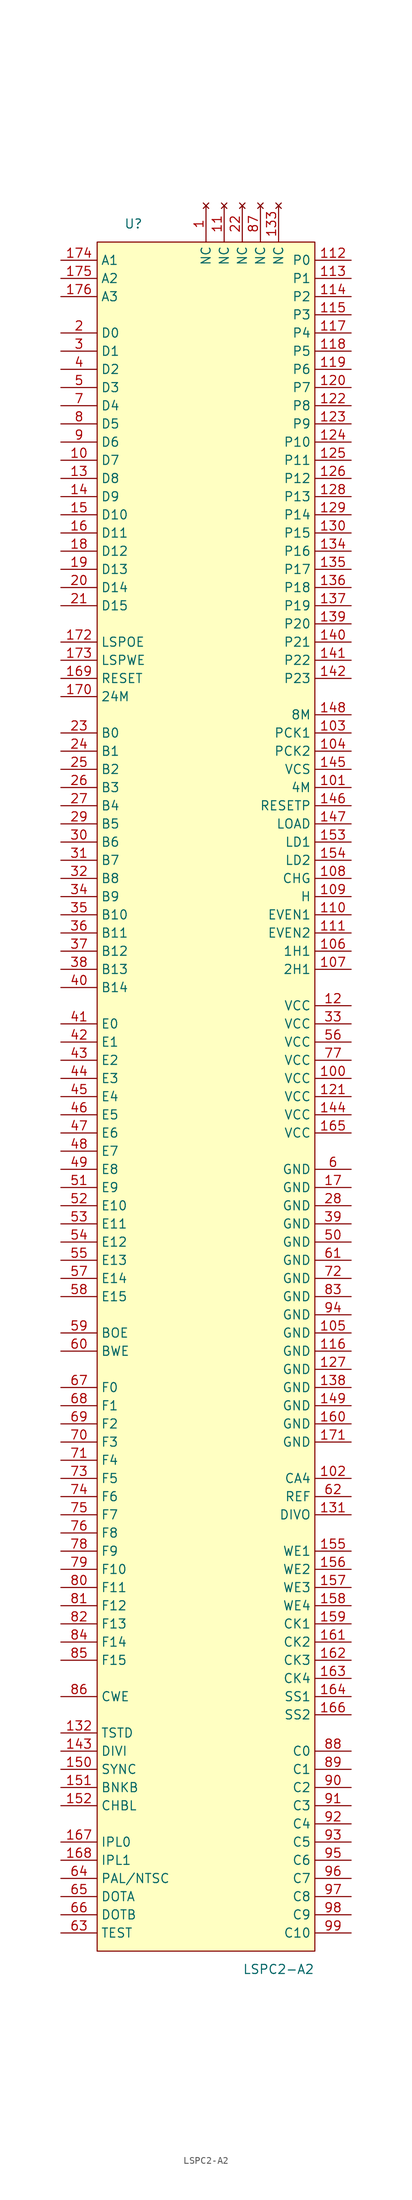
<source format=kicad_sym>
(kicad_symbol_lib
  (version 20220914)
  (generator kicad_symbol_editor)
  (symbol "LSPC2-A2"
    (property "Reference" "U"
      (at -10.16 121.92 0)
      (effects (font (size 1.27 1.27))))
    (property "Value" "LSPC2-A2"
      (at 10.16 -121.92 0)
      (effects (font (size 1.27 1.27))))
    (symbol "LSPC2-A2_0_0"
      (pin no_connect line (at 0 124.46 270) (length 5.08) (name "NC" (effects (font (size 1.27 1.27)))) (number "1" (effects (font (size 1.27 1.27)))))
      (pin bidirectional line (at -20.32 88.9 0) (length 5.08) (name "D7" (effects (font (size 1.27 1.27)))) (number "10" (effects (font (size 1.27 1.27)))))
      (pin power_in line (at 20.32 2.54 180) (length 5.08) (name "VCC" (effects (font (size 1.27 1.27)))) (number "100" (effects (font (size 1.27 1.27)))))
      (pin output line (at 20.32 43.18 180) (length 5.08) (name "4M" (effects (font (size 1.27 1.27)))) (number "101" (effects (font (size 1.27 1.27)))))
      (pin output line (at 20.32 -53.34 180) (length 5.08) (name "CA4" (effects (font (size 1.27 1.27)))) (number "102" (effects (font (size 1.27 1.27)))))
      (pin output line (at 20.32 50.8 180) (length 5.08) (name "PCK1" (effects (font (size 1.27 1.27)))) (number "103" (effects (font (size 1.27 1.27)))))
      (pin output line (at 20.32 48.26 180) (length 5.08) (name "PCK2" (effects (font (size 1.27 1.27)))) (number "104" (effects (font (size 1.27 1.27)))))
      (pin power_in line (at 20.32 -33.02 180) (length 5.08) (name "GND" (effects (font (size 1.27 1.27)))) (number "105" (effects (font (size 1.27 1.27)))))
      (pin output line (at 20.32 20.32 180) (length 5.08) (name "1H1" (effects (font (size 1.27 1.27)))) (number "106" (effects (font (size 1.27 1.27)))))
      (pin output line (at 20.32 17.78 180) (length 5.08) (name "2H1" (effects (font (size 1.27 1.27)))) (number "107" (effects (font (size 1.27 1.27)))))
      (pin output line (at 20.32 30.48 180) (length 5.08) (name "CHG" (effects (font (size 1.27 1.27)))) (number "108" (effects (font (size 1.27 1.27)))))
      (pin output line (at 20.32 27.94 180) (length 5.08) (name "H" (effects (font (size 1.27 1.27)))) (number "109" (effects (font (size 1.27 1.27)))))
      (pin no_connect line (at 2.54 124.46 270) (length 5.08) (name "NC" (effects (font (size 1.27 1.27)))) (number "11" (effects (font (size 1.27 1.27)))))
      (pin output line (at 20.32 25.4 180) (length 5.08) (name "EVEN1" (effects (font (size 1.27 1.27)))) (number "110" (effects (font (size 1.27 1.27)))))
      (pin output line (at 20.32 22.86 180) (length 5.08) (name "EVEN2" (effects (font (size 1.27 1.27)))) (number "111" (effects (font (size 1.27 1.27)))))
      (pin output line (at 20.32 116.84 180) (length 5.08) (name "P0" (effects (font (size 1.27 1.27)))) (number "112" (effects (font (size 1.27 1.27)))))
      (pin output line (at 20.32 114.3 180) (length 5.08) (name "P1" (effects (font (size 1.27 1.27)))) (number "113" (effects (font (size 1.27 1.27)))))
      (pin output line (at 20.32 111.76 180) (length 5.08) (name "P2" (effects (font (size 1.27 1.27)))) (number "114" (effects (font (size 1.27 1.27)))))
      (pin output line (at 20.32 109.22 180) (length 5.08) (name "P3" (effects (font (size 1.27 1.27)))) (number "115" (effects (font (size 1.27 1.27)))))
      (pin power_in line (at 20.32 -35.56 180) (length 5.08) (name "GND" (effects (font (size 1.27 1.27)))) (number "116" (effects (font (size 1.27 1.27)))))
      (pin output line (at 20.32 106.68 180) (length 5.08) (name "P4" (effects (font (size 1.27 1.27)))) (number "117" (effects (font (size 1.27 1.27)))))
      (pin output line (at 20.32 104.14 180) (length 5.08) (name "P5" (effects (font (size 1.27 1.27)))) (number "118" (effects (font (size 1.27 1.27)))))
      (pin output line (at 20.32 101.6 180) (length 5.08) (name "P6" (effects (font (size 1.27 1.27)))) (number "119" (effects (font (size 1.27 1.27)))))
      (pin power_in line (at 20.32 12.7 180) (length 5.08) (name "VCC" (effects (font (size 1.27 1.27)))) (number "12" (effects (font (size 1.27 1.27)))))
      (pin output line (at 20.32 99.06 180) (length 5.08) (name "P7" (effects (font (size 1.27 1.27)))) (number "120" (effects (font (size 1.27 1.27)))))
      (pin power_in line (at 20.32 0 180) (length 5.08) (name "VCC" (effects (font (size 1.27 1.27)))) (number "121" (effects (font (size 1.27 1.27)))))
      (pin output line (at 20.32 96.52 180) (length 5.08) (name "P8" (effects (font (size 1.27 1.27)))) (number "122" (effects (font (size 1.27 1.27)))))
      (pin output line (at 20.32 93.98 180) (length 5.08) (name "P9" (effects (font (size 1.27 1.27)))) (number "123" (effects (font (size 1.27 1.27)))))
      (pin output line (at 20.32 91.44 180) (length 5.08) (name "P10" (effects (font (size 1.27 1.27)))) (number "124" (effects (font (size 1.27 1.27)))))
      (pin output line (at 20.32 88.9 180) (length 5.08) (name "P11" (effects (font (size 1.27 1.27)))) (number "125" (effects (font (size 1.27 1.27)))))
      (pin output line (at 20.32 86.36 180) (length 5.08) (name "P12" (effects (font (size 1.27 1.27)))) (number "126" (effects (font (size 1.27 1.27)))))
      (pin power_in line (at 20.32 -38.1 180) (length 5.08) (name "GND" (effects (font (size 1.27 1.27)))) (number "127" (effects (font (size 1.27 1.27)))))
      (pin output line (at 20.32 83.82 180) (length 5.08) (name "P13" (effects (font (size 1.27 1.27)))) (number "128" (effects (font (size 1.27 1.27)))))
      (pin output line (at 20.32 81.28 180) (length 5.08) (name "P14" (effects (font (size 1.27 1.27)))) (number "129" (effects (font (size 1.27 1.27)))))
      (pin bidirectional line (at -20.32 86.36 0) (length 5.08) (name "D8" (effects (font (size 1.27 1.27)))) (number "13" (effects (font (size 1.27 1.27)))))
      (pin output line (at 20.32 78.74 180) (length 5.08) (name "P15" (effects (font (size 1.27 1.27)))) (number "130" (effects (font (size 1.27 1.27)))))
      (pin output line (at 20.32 -58.42 180) (length 5.08) (name "DIVO" (effects (font (size 1.27 1.27)))) (number "131" (effects (font (size 1.27 1.27)))))
      (pin input line (at -20.32 -88.9 0) (length 5.08) (name "TSTD" (effects (font (size 1.27 1.27)))) (number "132" (effects (font (size 1.27 1.27)))))
      (pin no_connect line (at 10.16 124.46 270) (length 5.08) (name "NC" (effects (font (size 1.27 1.27)))) (number "133" (effects (font (size 1.27 1.27)))))
      (pin output line (at 20.32 76.2 180) (length 5.08) (name "P16" (effects (font (size 1.27 1.27)))) (number "134" (effects (font (size 1.27 1.27)))))
      (pin output line (at 20.32 73.66 180) (length 5.08) (name "P17" (effects (font (size 1.27 1.27)))) (number "135" (effects (font (size 1.27 1.27)))))
      (pin output line (at 20.32 71.12 180) (length 5.08) (name "P18" (effects (font (size 1.27 1.27)))) (number "136" (effects (font (size 1.27 1.27)))))
      (pin output line (at 20.32 68.58 180) (length 5.08) (name "P19" (effects (font (size 1.27 1.27)))) (number "137" (effects (font (size 1.27 1.27)))))
      (pin power_in line (at 20.32 -40.64 180) (length 5.08) (name "GND" (effects (font (size 1.27 1.27)))) (number "138" (effects (font (size 1.27 1.27)))))
      (pin output line (at 20.32 66.04 180) (length 5.08) (name "P20" (effects (font (size 1.27 1.27)))) (number "139" (effects (font (size 1.27 1.27)))))
      (pin bidirectional line (at -20.32 83.82 0) (length 5.08) (name "D9" (effects (font (size 1.27 1.27)))) (number "14" (effects (font (size 1.27 1.27)))))
      (pin output line (at 20.32 63.5 180) (length 5.08) (name "P21" (effects (font (size 1.27 1.27)))) (number "140" (effects (font (size 1.27 1.27)))))
      (pin output line (at 20.32 60.96 180) (length 5.08) (name "P22" (effects (font (size 1.27 1.27)))) (number "141" (effects (font (size 1.27 1.27)))))
      (pin output line (at 20.32 58.42 180) (length 5.08) (name "P23" (effects (font (size 1.27 1.27)))) (number "142" (effects (font (size 1.27 1.27)))))
      (pin input line (at -20.32 -91.44 0) (length 5.08) (name "DIVI" (effects (font (size 1.27 1.27)))) (number "143" (effects (font (size 1.27 1.27)))))
      (pin power_in line (at 20.32 -2.54 180) (length 5.08) (name "VCC" (effects (font (size 1.27 1.27)))) (number "144" (effects (font (size 1.27 1.27)))))
      (pin output line (at 20.32 45.72 180) (length 5.08) (name "VCS" (effects (font (size 1.27 1.27)))) (number "145" (effects (font (size 1.27 1.27)))))
      (pin output line (at 20.32 40.64 180) (length 5.08) (name "RESETP" (effects (font (size 1.27 1.27)))) (number "146" (effects (font (size 1.27 1.27)))))
      (pin output line (at 20.32 38.1 180) (length 5.08) (name "LOAD" (effects (font (size 1.27 1.27)))) (number "147" (effects (font (size 1.27 1.27)))))
      (pin output line (at 20.32 53.34 180) (length 5.08) (name "8M" (effects (font (size 1.27 1.27)))) (number "148" (effects (font (size 1.27 1.27)))))
      (pin power_in line (at 20.32 -43.18 180) (length 5.08) (name "GND" (effects (font (size 1.27 1.27)))) (number "149" (effects (font (size 1.27 1.27)))))
      (pin bidirectional line (at -20.32 81.28 0) (length 5.08) (name "D10" (effects (font (size 1.27 1.27)))) (number "15" (effects (font (size 1.27 1.27)))))
      (pin output line (at -20.32 -93.98 0) (length 5.08) (name "SYNC" (effects (font (size 1.27 1.27)))) (number "150" (effects (font (size 1.27 1.27)))))
      (pin output line (at -20.32 -96.52 0) (length 5.08) (name "BNKB" (effects (font (size 1.27 1.27)))) (number "151" (effects (font (size 1.27 1.27)))))
      (pin output line (at -20.32 -99.06 0) (length 5.08) (name "CHBL" (effects (font (size 1.27 1.27)))) (number "152" (effects (font (size 1.27 1.27)))))
      (pin output line (at 20.32 35.56 180) (length 5.08) (name "LD1" (effects (font (size 1.27 1.27)))) (number "153" (effects (font (size 1.27 1.27)))))
      (pin output line (at 20.32 33.02 180) (length 5.08) (name "LD2" (effects (font (size 1.27 1.27)))) (number "154" (effects (font (size 1.27 1.27)))))
      (pin output line (at 20.32 -63.5 180) (length 5.08) (name "WE1" (effects (font (size 1.27 1.27)))) (number "155" (effects (font (size 1.27 1.27)))))
      (pin output line (at 20.32 -66.04 180) (length 5.08) (name "WE2" (effects (font (size 1.27 1.27)))) (number "156" (effects (font (size 1.27 1.27)))))
      (pin output line (at 20.32 -68.58 180) (length 5.08) (name "WE3" (effects (font (size 1.27 1.27)))) (number "157" (effects (font (size 1.27 1.27)))))
      (pin output line (at 20.32 -71.12 180) (length 5.08) (name "WE4" (effects (font (size 1.27 1.27)))) (number "158" (effects (font (size 1.27 1.27)))))
      (pin output line (at 20.32 -73.66 180) (length 5.08) (name "CK1" (effects (font (size 1.27 1.27)))) (number "159" (effects (font (size 1.27 1.27)))))
      (pin bidirectional line (at -20.32 78.74 0) (length 5.08) (name "D11" (effects (font (size 1.27 1.27)))) (number "16" (effects (font (size 1.27 1.27)))))
      (pin power_in line (at 20.32 -45.72 180) (length 5.08) (name "GND" (effects (font (size 1.27 1.27)))) (number "160" (effects (font (size 1.27 1.27)))))
      (pin output line (at 20.32 -76.2 180) (length 5.08) (name "CK2" (effects (font (size 1.27 1.27)))) (number "161" (effects (font (size 1.27 1.27)))))
      (pin output line (at 20.32 -78.74 180) (length 5.08) (name "CK3" (effects (font (size 1.27 1.27)))) (number "162" (effects (font (size 1.27 1.27)))))
      (pin output line (at 20.32 -81.28 180) (length 5.08) (name "CK4" (effects (font (size 1.27 1.27)))) (number "163" (effects (font (size 1.27 1.27)))))
      (pin output line (at 20.32 -83.82 180) (length 5.08) (name "SS1" (effects (font (size 1.27 1.27)))) (number "164" (effects (font (size 1.27 1.27)))))
      (pin power_in line (at 20.32 -5.08 180) (length 5.08) (name "VCC" (effects (font (size 1.27 1.27)))) (number "165" (effects (font (size 1.27 1.27)))))
      (pin output line (at 20.32 -86.36 180) (length 5.08) (name "SS2" (effects (font (size 1.27 1.27)))) (number "166" (effects (font (size 1.27 1.27)))))
      (pin output line (at -20.32 -104.14 0) (length 5.08) (name "IPL0" (effects (font (size 1.27 1.27)))) (number "167" (effects (font (size 1.27 1.27)))))
      (pin output line (at -20.32 -106.68 0) (length 5.08) (name "IPL1" (effects (font (size 1.27 1.27)))) (number "168" (effects (font (size 1.27 1.27)))))
      (pin input line (at -20.32 58.42 0) (length 5.08) (name "RESET" (effects (font (size 1.27 1.27)))) (number "169" (effects (font (size 1.27 1.27)))))
      (pin power_in line (at 20.32 -12.7 180) (length 5.08) (name "GND" (effects (font (size 1.27 1.27)))) (number "17" (effects (font (size 1.27 1.27)))))
      (pin input line (at -20.32 55.88 0) (length 5.08) (name "24M" (effects (font (size 1.27 1.27)))) (number "170" (effects (font (size 1.27 1.27)))))
      (pin power_in line (at 20.32 -48.26 180) (length 5.08) (name "GND" (effects (font (size 1.27 1.27)))) (number "171" (effects (font (size 1.27 1.27)))))
      (pin input line (at -20.32 63.5 0) (length 5.08) (name "LSPOE" (effects (font (size 1.27 1.27)))) (number "172" (effects (font (size 1.27 1.27)))))
      (pin input line (at -20.32 60.96 0) (length 5.08) (name "LSPWE" (effects (font (size 1.27 1.27)))) (number "173" (effects (font (size 1.27 1.27)))))
      (pin input line (at -20.32 116.84 0) (length 5.08) (name "A1" (effects (font (size 1.27 1.27)))) (number "174" (effects (font (size 1.27 1.27)))))
      (pin input line (at -20.32 114.3 0) (length 5.08) (name "A2" (effects (font (size 1.27 1.27)))) (number "175" (effects (font (size 1.27 1.27)))))
      (pin input line (at -20.32 111.76 0) (length 5.08) (name "A3" (effects (font (size 1.27 1.27)))) (number "176" (effects (font (size 1.27 1.27)))))
      (pin bidirectional line (at -20.32 76.2 0) (length 5.08) (name "D12" (effects (font (size 1.27 1.27)))) (number "18" (effects (font (size 1.27 1.27)))))
      (pin bidirectional line (at -20.32 73.66 0) (length 5.08) (name "D13" (effects (font (size 1.27 1.27)))) (number "19" (effects (font (size 1.27 1.27)))))
      (pin bidirectional line (at -20.32 106.68 0) (length 5.08) (name "D0" (effects (font (size 1.27 1.27)))) (number "2" (effects (font (size 1.27 1.27)))))
      (pin bidirectional line (at -20.32 71.12 0) (length 5.08) (name "D14" (effects (font (size 1.27 1.27)))) (number "20" (effects (font (size 1.27 1.27)))))
      (pin bidirectional line (at -20.32 68.58 0) (length 5.08) (name "D15" (effects (font (size 1.27 1.27)))) (number "21" (effects (font (size 1.27 1.27)))))
      (pin no_connect line (at 5.08 124.46 270) (length 5.08) (name "NC" (effects (font (size 1.27 1.27)))) (number "22" (effects (font (size 1.27 1.27)))))
      (pin output line (at -20.32 50.8 0) (length 5.08) (name "B0" (effects (font (size 1.27 1.27)))) (number "23" (effects (font (size 1.27 1.27)))))
      (pin output line (at -20.32 48.26 0) (length 5.08) (name "B1" (effects (font (size 1.27 1.27)))) (number "24" (effects (font (size 1.27 1.27)))))
      (pin output line (at -20.32 45.72 0) (length 5.08) (name "B2" (effects (font (size 1.27 1.27)))) (number "25" (effects (font (size 1.27 1.27)))))
      (pin output line (at -20.32 43.18 0) (length 5.08) (name "B3" (effects (font (size 1.27 1.27)))) (number "26" (effects (font (size 1.27 1.27)))))
      (pin output line (at -20.32 40.64 0) (length 5.08) (name "B4" (effects (font (size 1.27 1.27)))) (number "27" (effects (font (size 1.27 1.27)))))
      (pin power_in line (at 20.32 -15.24 180) (length 5.08) (name "GND" (effects (font (size 1.27 1.27)))) (number "28" (effects (font (size 1.27 1.27)))))
      (pin output line (at -20.32 38.1 0) (length 5.08) (name "B5" (effects (font (size 1.27 1.27)))) (number "29" (effects (font (size 1.27 1.27)))))
      (pin bidirectional line (at -20.32 104.14 0) (length 5.08) (name "D1" (effects (font (size 1.27 1.27)))) (number "3" (effects (font (size 1.27 1.27)))))
      (pin output line (at -20.32 35.56 0) (length 5.08) (name "B6" (effects (font (size 1.27 1.27)))) (number "30" (effects (font (size 1.27 1.27)))))
      (pin output line (at -20.32 33.02 0) (length 5.08) (name "B7" (effects (font (size 1.27 1.27)))) (number "31" (effects (font (size 1.27 1.27)))))
      (pin output line (at -20.32 30.48 0) (length 5.08) (name "B8" (effects (font (size 1.27 1.27)))) (number "32" (effects (font (size 1.27 1.27)))))
      (pin power_in line (at 20.32 10.16 180) (length 5.08) (name "VCC" (effects (font (size 1.27 1.27)))) (number "33" (effects (font (size 1.27 1.27)))))
      (pin output line (at -20.32 27.94 0) (length 5.08) (name "B9" (effects (font (size 1.27 1.27)))) (number "34" (effects (font (size 1.27 1.27)))))
      (pin output line (at -20.32 25.4 0) (length 5.08) (name "B10" (effects (font (size 1.27 1.27)))) (number "35" (effects (font (size 1.27 1.27)))))
      (pin output line (at -20.32 22.86 0) (length 5.08) (name "B11" (effects (font (size 1.27 1.27)))) (number "36" (effects (font (size 1.27 1.27)))))
      (pin output line (at -20.32 20.32 0) (length 5.08) (name "B12" (effects (font (size 1.27 1.27)))) (number "37" (effects (font (size 1.27 1.27)))))
      (pin output line (at -20.32 17.78 0) (length 5.08) (name "B13" (effects (font (size 1.27 1.27)))) (number "38" (effects (font (size 1.27 1.27)))))
      (pin power_in line (at 20.32 -17.78 180) (length 5.08) (name "GND" (effects (font (size 1.27 1.27)))) (number "39" (effects (font (size 1.27 1.27)))))
      (pin bidirectional line (at -20.32 101.6 0) (length 5.08) (name "D2" (effects (font (size 1.27 1.27)))) (number "4" (effects (font (size 1.27 1.27)))))
      (pin output line (at -20.32 15.24 0) (length 5.08) (name "B14" (effects (font (size 1.27 1.27)))) (number "40" (effects (font (size 1.27 1.27)))))
      (pin bidirectional line (at -20.32 10.16 0) (length 5.08) (name "E0" (effects (font (size 1.27 1.27)))) (number "41" (effects (font (size 1.27 1.27)))))
      (pin bidirectional line (at -20.32 7.62 0) (length 5.08) (name "E1" (effects (font (size 1.27 1.27)))) (number "42" (effects (font (size 1.27 1.27)))))
      (pin bidirectional line (at -20.32 5.08 0) (length 5.08) (name "E2" (effects (font (size 1.27 1.27)))) (number "43" (effects (font (size 1.27 1.27)))))
      (pin bidirectional line (at -20.32 2.54 0) (length 5.08) (name "E3" (effects (font (size 1.27 1.27)))) (number "44" (effects (font (size 1.27 1.27)))))
      (pin bidirectional line (at -20.32 0 0) (length 5.08) (name "E4" (effects (font (size 1.27 1.27)))) (number "45" (effects (font (size 1.27 1.27)))))
      (pin bidirectional line (at -20.32 -2.54 0) (length 5.08) (name "E5" (effects (font (size 1.27 1.27)))) (number "46" (effects (font (size 1.27 1.27)))))
      (pin bidirectional line (at -20.32 -5.08 0) (length 5.08) (name "E6" (effects (font (size 1.27 1.27)))) (number "47" (effects (font (size 1.27 1.27)))))
      (pin bidirectional line (at -20.32 -7.62 0) (length 5.08) (name "E7" (effects (font (size 1.27 1.27)))) (number "48" (effects (font (size 1.27 1.27)))))
      (pin bidirectional line (at -20.32 -10.16 0) (length 5.08) (name "E8" (effects (font (size 1.27 1.27)))) (number "49" (effects (font (size 1.27 1.27)))))
      (pin bidirectional line (at -20.32 99.06 0) (length 5.08) (name "D3" (effects (font (size 1.27 1.27)))) (number "5" (effects (font (size 1.27 1.27)))))
      (pin power_in line (at 20.32 -20.32 180) (length 5.08) (name "GND" (effects (font (size 1.27 1.27)))) (number "50" (effects (font (size 1.27 1.27)))))
      (pin bidirectional line (at -20.32 -12.7 0) (length 5.08) (name "E9" (effects (font (size 1.27 1.27)))) (number "51" (effects (font (size 1.27 1.27)))))
      (pin bidirectional line (at -20.32 -15.24 0) (length 5.08) (name "E10" (effects (font (size 1.27 1.27)))) (number "52" (effects (font (size 1.27 1.27)))))
      (pin bidirectional line (at -20.32 -17.78 0) (length 5.08) (name "E11" (effects (font (size 1.27 1.27)))) (number "53" (effects (font (size 1.27 1.27)))))
      (pin bidirectional line (at -20.32 -20.32 0) (length 5.08) (name "E12" (effects (font (size 1.27 1.27)))) (number "54" (effects (font (size 1.27 1.27)))))
      (pin bidirectional line (at -20.32 -22.86 0) (length 5.08) (name "E13" (effects (font (size 1.27 1.27)))) (number "55" (effects (font (size 1.27 1.27)))))
      (pin power_in line (at 20.32 7.62 180) (length 5.08) (name "VCC" (effects (font (size 1.27 1.27)))) (number "56" (effects (font (size 1.27 1.27)))))
      (pin bidirectional line (at -20.32 -25.4 0) (length 5.08) (name "E14" (effects (font (size 1.27 1.27)))) (number "57" (effects (font (size 1.27 1.27)))))
      (pin bidirectional line (at -20.32 -27.94 0) (length 5.08) (name "E15" (effects (font (size 1.27 1.27)))) (number "58" (effects (font (size 1.27 1.27)))))
      (pin output line (at -20.32 -33.02 0) (length 5.08) (name "BOE" (effects (font (size 1.27 1.27)))) (number "59" (effects (font (size 1.27 1.27)))))
      (pin power_in line (at 20.32 -10.16 180) (length 5.08) (name "GND" (effects (font (size 1.27 1.27)))) (number "6" (effects (font (size 1.27 1.27)))))
      (pin output line (at -20.32 -35.56 0) (length 5.08) (name "BWE" (effects (font (size 1.27 1.27)))) (number "60" (effects (font (size 1.27 1.27)))))
      (pin power_in line (at 20.32 -22.86 180) (length 5.08) (name "GND" (effects (font (size 1.27 1.27)))) (number "61" (effects (font (size 1.27 1.27)))))
      (pin output line (at 20.32 -55.88 180) (length 5.08) (name "REF" (effects (font (size 1.27 1.27)))) (number "62" (effects (font (size 1.27 1.27)))))
      (pin input line (at -20.32 -116.84 0) (length 5.08) (name "TEST" (effects (font (size 1.27 1.27)))) (number "63" (effects (font (size 1.27 1.27)))))
      (pin input line (at -20.32 -109.22 0) (length 5.08) (name "PAL/NTSC" (effects (font (size 1.27 1.27)))) (number "64" (effects (font (size 1.27 1.27)))))
      (pin input line (at -20.32 -111.76 0) (length 5.08) (name "DOTA" (effects (font (size 1.27 1.27)))) (number "65" (effects (font (size 1.27 1.27)))))
      (pin input line (at -20.32 -114.3 0) (length 5.08) (name "DOTB" (effects (font (size 1.27 1.27)))) (number "66" (effects (font (size 1.27 1.27)))))
      (pin bidirectional line (at -20.32 -40.64 0) (length 5.08) (name "F0" (effects (font (size 1.27 1.27)))) (number "67" (effects (font (size 1.27 1.27)))))
      (pin bidirectional line (at -20.32 -43.18 0) (length 5.08) (name "F1" (effects (font (size 1.27 1.27)))) (number "68" (effects (font (size 1.27 1.27)))))
      (pin bidirectional line (at -20.32 -45.72 0) (length 5.08) (name "F2" (effects (font (size 1.27 1.27)))) (number "69" (effects (font (size 1.27 1.27)))))
      (pin bidirectional line (at -20.32 96.52 0) (length 5.08) (name "D4" (effects (font (size 1.27 1.27)))) (number "7" (effects (font (size 1.27 1.27)))))
      (pin bidirectional line (at -20.32 -48.26 0) (length 5.08) (name "F3" (effects (font (size 1.27 1.27)))) (number "70" (effects (font (size 1.27 1.27)))))
      (pin bidirectional line (at -20.32 -50.8 0) (length 5.08) (name "F4" (effects (font (size 1.27 1.27)))) (number "71" (effects (font (size 1.27 1.27)))))
      (pin power_in line (at 20.32 -25.4 180) (length 5.08) (name "GND" (effects (font (size 1.27 1.27)))) (number "72" (effects (font (size 1.27 1.27)))))
      (pin bidirectional line (at -20.32 -53.34 0) (length 5.08) (name "F5" (effects (font (size 1.27 1.27)))) (number "73" (effects (font (size 1.27 1.27)))))
      (pin bidirectional line (at -20.32 -55.88 0) (length 5.08) (name "F6" (effects (font (size 1.27 1.27)))) (number "74" (effects (font (size 1.27 1.27)))))
      (pin bidirectional line (at -20.32 -58.42 0) (length 5.08) (name "F7" (effects (font (size 1.27 1.27)))) (number "75" (effects (font (size 1.27 1.27)))))
      (pin bidirectional line (at -20.32 -60.96 0) (length 5.08) (name "F8" (effects (font (size 1.27 1.27)))) (number "76" (effects (font (size 1.27 1.27)))))
      (pin power_in line (at 20.32 5.08 180) (length 5.08) (name "VCC" (effects (font (size 1.27 1.27)))) (number "77" (effects (font (size 1.27 1.27)))))
      (pin bidirectional line (at -20.32 -63.5 0) (length 5.08) (name "F9" (effects (font (size 1.27 1.27)))) (number "78" (effects (font (size 1.27 1.27)))))
      (pin bidirectional line (at -20.32 -66.04 0) (length 5.08) (name "F10" (effects (font (size 1.27 1.27)))) (number "79" (effects (font (size 1.27 1.27)))))
      (pin bidirectional line (at -20.32 93.98 0) (length 5.08) (name "D5" (effects (font (size 1.27 1.27)))) (number "8" (effects (font (size 1.27 1.27)))))
      (pin bidirectional line (at -20.32 -68.58 0) (length 5.08) (name "F11" (effects (font (size 1.27 1.27)))) (number "80" (effects (font (size 1.27 1.27)))))
      (pin bidirectional line (at -20.32 -71.12 0) (length 5.08) (name "F12" (effects (font (size 1.27 1.27)))) (number "81" (effects (font (size 1.27 1.27)))))
      (pin bidirectional line (at -20.32 -73.66 0) (length 5.08) (name "F13" (effects (font (size 1.27 1.27)))) (number "82" (effects (font (size 1.27 1.27)))))
      (pin power_in line (at 20.32 -27.94 180) (length 5.08) (name "GND" (effects (font (size 1.27 1.27)))) (number "83" (effects (font (size 1.27 1.27)))))
      (pin bidirectional line (at -20.32 -76.2 0) (length 5.08) (name "F14" (effects (font (size 1.27 1.27)))) (number "84" (effects (font (size 1.27 1.27)))))
      (pin bidirectional line (at -20.32 -78.74 0) (length 5.08) (name "F15" (effects (font (size 1.27 1.27)))) (number "85" (effects (font (size 1.27 1.27)))))
      (pin output line (at -20.32 -83.82 0) (length 5.08) (name "CWE" (effects (font (size 1.27 1.27)))) (number "86" (effects (font (size 1.27 1.27)))))
      (pin no_connect line (at 7.62 124.46 270) (length 5.08) (name "NC" (effects (font (size 1.27 1.27)))) (number "87" (effects (font (size 1.27 1.27)))))
      (pin output line (at 20.32 -91.44 180) (length 5.08) (name "C0" (effects (font (size 1.27 1.27)))) (number "88" (effects (font (size 1.27 1.27)))))
      (pin output line (at 20.32 -93.98 180) (length 5.08) (name "C1" (effects (font (size 1.27 1.27)))) (number "89" (effects (font (size 1.27 1.27)))))
      (pin bidirectional line (at -20.32 91.44 0) (length 5.08) (name "D6" (effects (font (size 1.27 1.27)))) (number "9" (effects (font (size 1.27 1.27)))))
      (pin output line (at 20.32 -96.52 180) (length 5.08) (name "C2" (effects (font (size 1.27 1.27)))) (number "90" (effects (font (size 1.27 1.27)))))
      (pin output line (at 20.32 -99.06 180) (length 5.08) (name "C3" (effects (font (size 1.27 1.27)))) (number "91" (effects (font (size 1.27 1.27)))))
      (pin output line (at 20.32 -101.6 180) (length 5.08) (name "C4" (effects (font (size 1.27 1.27)))) (number "92" (effects (font (size 1.27 1.27)))))
      (pin output line (at 20.32 -104.14 180) (length 5.08) (name "C5" (effects (font (size 1.27 1.27)))) (number "93" (effects (font (size 1.27 1.27)))))
      (pin power_in line (at 20.32 -30.48 180) (length 5.08) (name "GND" (effects (font (size 1.27 1.27)))) (number "94" (effects (font (size 1.27 1.27)))))
      (pin output line (at 20.32 -106.68 180) (length 5.08) (name "C6" (effects (font (size 1.27 1.27)))) (number "95" (effects (font (size 1.27 1.27)))))
      (pin output line (at 20.32 -109.22 180) (length 5.08) (name "C7" (effects (font (size 1.27 1.27)))) (number "96" (effects (font (size 1.27 1.27)))))
      (pin output line (at 20.32 -111.76 180) (length 5.08) (name "C8" (effects (font (size 1.27 1.27)))) (number "97" (effects (font (size 1.27 1.27)))))
      (pin output line (at 20.32 -114.3 180) (length 5.08) (name "C9" (effects (font (size 1.27 1.27)))) (number "98" (effects (font (size 1.27 1.27)))))
      (pin output line (at 20.32 -116.84 180) (length 5.08) (name "C10" (effects (font (size 1.27 1.27)))) (number "99" (effects (font (size 1.27 1.27))))))
    (symbol "LSPC2-A2_1_1"
      (rectangle (start -15.24 119.38) (end 15.24 -119.38) (stroke (width 0) (type default)) (fill (type background))))))
</source>
